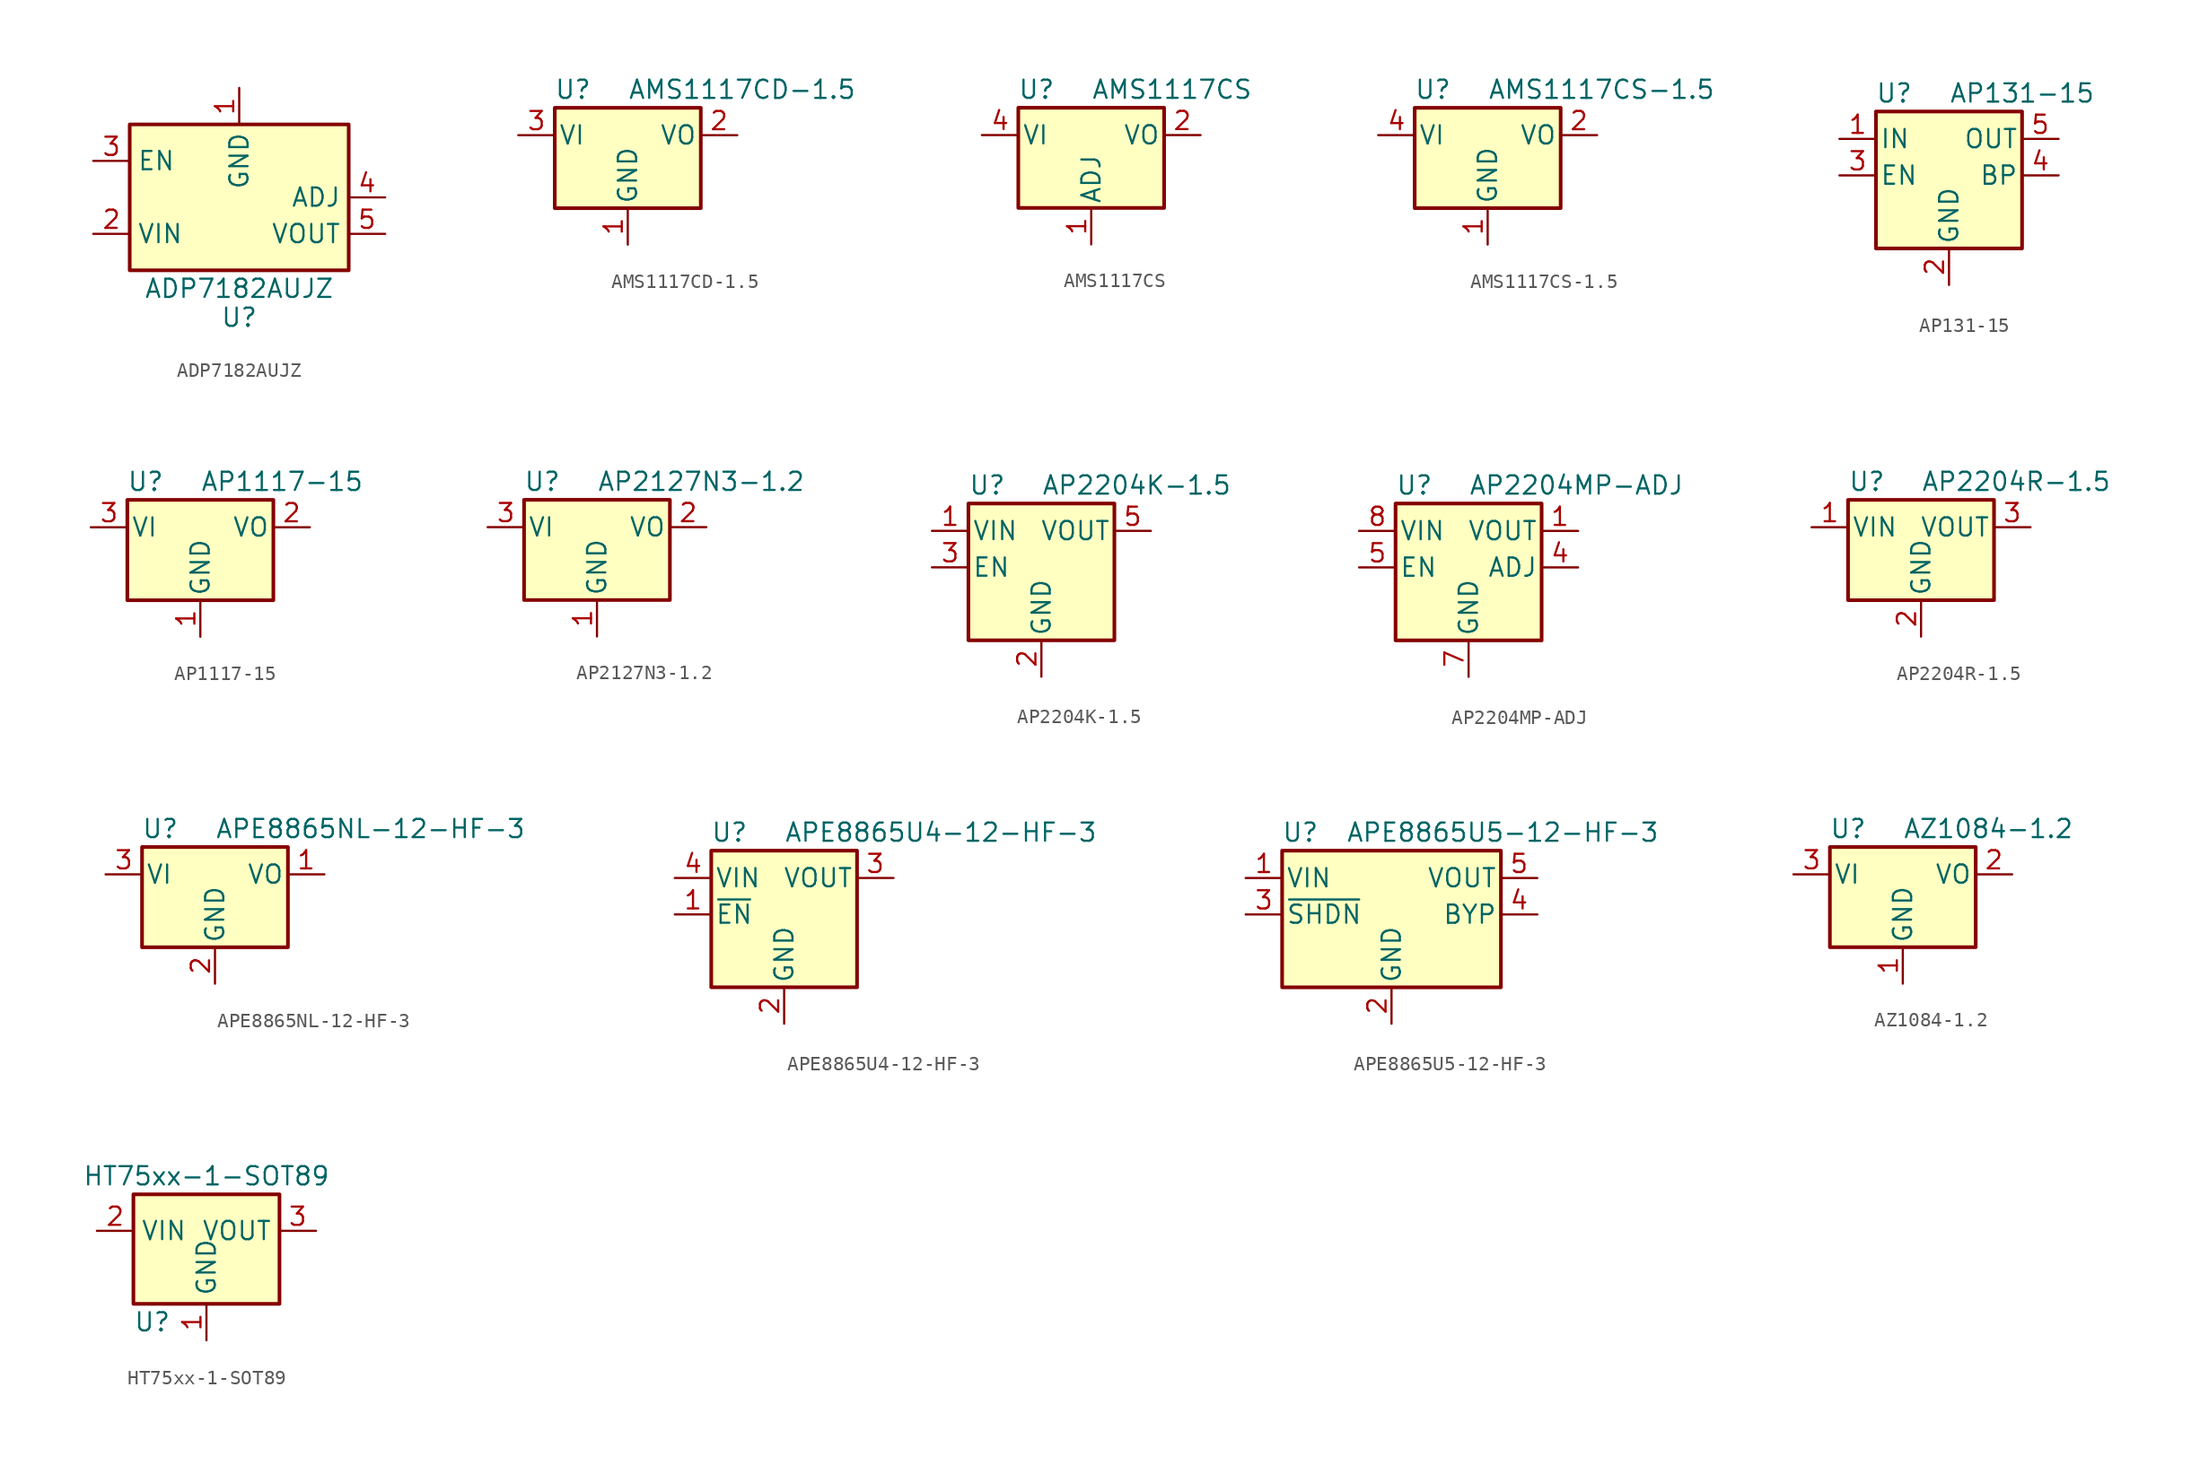
<source format=kicad_sym>
(kicad_symbol_lib
  (version 20211014)
  (generator kicad_symbol_editor)
  (symbol "ADP7182AUJZ"
    (property "Reference" "U"
      (at 0 -7.62 0)
      (effects (font (size 1.27 1.27)) (justify top)))
    (property "Value" "ADP7182AUJZ"
      (at 0 -6.35 0)
      (effects (font (size 1.27 1.27))))
    (symbol "ADP7182AUJZ_0_1"
      (rectangle (start -7.62 5.08) (end 7.62 -5.08) (stroke (width 0.254) (type default) (color 0 0 0 0)) (fill (type background))))
    (symbol "ADP7182AUJZ_1_1"
      (pin power_in line (at 0 7.62 270) (length 2.54) (name "GND" (effects (font (size 1.27 1.27)))) (number "1" (effects (font (size 1.27 1.27)))))
      (pin power_in line (at -10.16 -2.54 0) (length 2.54) (name "VIN" (effects (font (size 1.27 1.27)))) (number "2" (effects (font (size 1.27 1.27)))))
      (pin input line (at -10.16 2.54 0) (length 2.54) (name "EN" (effects (font (size 1.27 1.27)))) (number "3" (effects (font (size 1.27 1.27)))))
      (pin input line (at 10.16 0 180) (length 2.54) (name "ADJ" (effects (font (size 1.27 1.27)))) (number "4" (effects (font (size 1.27 1.27)))))
      (pin power_out line (at 10.16 -2.54 180) (length 2.54) (name "VOUT" (effects (font (size 1.27 1.27)))) (number "5" (effects (font (size 1.27 1.27)))))))
  (symbol "AMS1117CD-1.5"
    (pin_names
      (offset 0.254))
    (property "Reference" "U"
      (at -3.81 3.175 0)
      (effects (font (size 1.27 1.27))))
    (property "Value" "AMS1117CD-1.5"
      (at 0 3.175 0)
      (effects (font (size 1.27 1.27)) (justify left)))
    (symbol "AMS1117CD-1.5_0_1"
      (rectangle (start -5.08 -5.08) (end 5.08 1.905) (stroke (width 0.254) (type default) (color 0 0 0 0)) (fill (type background))))
    (symbol "AMS1117CD-1.5_1_1"
      (pin power_in line (at 0 -7.62 90) (length 2.54) (name "GND" (effects (font (size 1.27 1.27)))) (number "1" (effects (font (size 1.27 1.27)))))
      (pin power_out line (at 7.62 0 180) (length 2.54) (name "VO" (effects (font (size 1.27 1.27)))) (number "2" (effects (font (size 1.27 1.27)))))
      (pin power_in line (at -7.62 0 0) (length 2.54) (name "VI" (effects (font (size 1.27 1.27)))) (number "3" (effects (font (size 1.27 1.27)))))))
  (symbol "AMS1117CS"
    (pin_names
      (offset 0.254))
    (property "Reference" "U"
      (at -3.81 3.175 0)
      (effects (font (size 1.27 1.27))))
    (property "Value" "AMS1117CS"
      (at 0 3.175 0)
      (effects (font (size 1.27 1.27)) (justify left)))
    (symbol "AMS1117CS_0_1"
      (rectangle (start -5.08 -5.08) (end 5.08 1.905) (stroke (width 0.254) (type default) (color 0 0 0 0)) (fill (type background))))
    (symbol "AMS1117CS_1_1"
      (pin input line (at 0 -7.62 90) (length 2.54) (name "ADJ" (effects (font (size 1.27 1.27)))) (number "1" (effects (font (size 1.27 1.27)))))
      (pin power_out line (at 7.62 0 180) (length 2.54) (name "VO" (effects (font (size 1.27 1.27)))) (number "2" (effects (font (size 1.27 1.27)))))
      (pin passive line (at 7.62 0 180) (length 2.54) hide (name "VO" (effects (font (size 1.27 1.27)))) (number "3" (effects (font (size 1.27 1.27)))))
      (pin power_in line (at -7.62 0 0) (length 2.54) (name "VI" (effects (font (size 1.27 1.27)))) (number "4" (effects (font (size 1.27 1.27)))))
      (pin no_connect line (at -2.54 -2.54 180) (length 2.54) hide (name "NC" (effects (font (size 1.27 1.27)))) (number "5" (effects (font (size 1.27 1.27)))))
      (pin passive line (at 7.62 0 180) (length 2.54) hide (name "VO" (effects (font (size 1.27 1.27)))) (number "6" (effects (font (size 1.27 1.27)))))
      (pin passive line (at 7.62 0 180) (length 2.54) hide (name "VO" (effects (font (size 1.27 1.27)))) (number "7" (effects (font (size 1.27 1.27)))))
      (pin no_connect line (at 2.54 -2.54 0) (length 2.54) hide (name "NC" (effects (font (size 1.27 1.27)))) (number "8" (effects (font (size 1.27 1.27)))))))
  (symbol "AMS1117CS-1.5"
    (pin_names
      (offset 0.254))
    (property "Reference" "U"
      (at -3.81 3.175 0)
      (effects (font (size 1.27 1.27))))
    (property "Value" "AMS1117CS-1.5"
      (at 0 3.175 0)
      (effects (font (size 1.27 1.27)) (justify left)))
    (symbol "AMS1117CS-1.5_0_1"
      (rectangle (start -5.08 -5.08) (end 5.08 1.905) (stroke (width 0.254) (type default) (color 0 0 0 0)) (fill (type background))))
    (symbol "AMS1117CS-1.5_1_1"
      (pin power_in line (at 0 -7.62 90) (length 2.54) (name "GND" (effects (font (size 1.27 1.27)))) (number "1" (effects (font (size 1.27 1.27)))))
      (pin power_out line (at 7.62 0 180) (length 2.54) (name "VO" (effects (font (size 1.27 1.27)))) (number "2" (effects (font (size 1.27 1.27)))))
      (pin passive line (at 7.62 0 180) (length 2.54) hide (name "VO" (effects (font (size 1.27 1.27)))) (number "3" (effects (font (size 1.27 1.27)))))
      (pin power_in line (at -7.62 0 0) (length 2.54) (name "VI" (effects (font (size 1.27 1.27)))) (number "4" (effects (font (size 1.27 1.27)))))
      (pin no_connect line (at -2.54 -2.54 180) (length 2.54) hide (name "NC" (effects (font (size 1.27 1.27)))) (number "5" (effects (font (size 1.27 1.27)))))
      (pin passive line (at 7.62 0 180) (length 2.54) hide (name "VO" (effects (font (size 1.27 1.27)))) (number "6" (effects (font (size 1.27 1.27)))))
      (pin passive line (at 7.62 0 180) (length 2.54) hide (name "VO" (effects (font (size 1.27 1.27)))) (number "7" (effects (font (size 1.27 1.27)))))
      (pin no_connect line (at 2.54 -2.54 0) (length 2.54) hide (name "NC" (effects (font (size 1.27 1.27)))) (number "8" (effects (font (size 1.27 1.27)))))))
  (symbol "AP131-15"
    (pin_names
      (offset 0.254))
    (property "Reference" "U"
      (at -3.81 5.715 0)
      (effects (font (size 1.27 1.27))))
    (property "Value" "AP131-15"
      (at 0 5.715 0)
      (effects (font (size 1.27 1.27)) (justify left)))
    (symbol "AP131-15_0_1"
      (rectangle (start -5.08 4.445) (end 5.08 -5.08) (stroke (width 0.254) (type default) (color 0 0 0 0)) (fill (type background))))
    (symbol "AP131-15_1_1"
      (pin power_in line (at -7.62 2.54 0) (length 2.54) (name "IN" (effects (font (size 1.27 1.27)))) (number "1" (effects (font (size 1.27 1.27)))))
      (pin power_in line (at 0 -7.62 90) (length 2.54) (name "GND" (effects (font (size 1.27 1.27)))) (number "2" (effects (font (size 1.27 1.27)))))
      (pin input line (at -7.62 0 0) (length 2.54) (name "EN" (effects (font (size 1.27 1.27)))) (number "3" (effects (font (size 1.27 1.27)))))
      (pin input line (at 7.62 0 180) (length 2.54) (name "BP" (effects (font (size 1.27 1.27)))) (number "4" (effects (font (size 1.27 1.27)))))
      (pin power_out line (at 7.62 2.54 180) (length 2.54) (name "OUT" (effects (font (size 1.27 1.27)))) (number "5" (effects (font (size 1.27 1.27)))))))
  (symbol "AP1117-15"
    (pin_names
      (offset 0.254))
    (property "Reference" "U"
      (at -3.81 3.175 0)
      (effects (font (size 1.27 1.27))))
    (property "Value" "AP1117-15"
      (at 0 3.175 0)
      (effects (font (size 1.27 1.27)) (justify left)))
    (symbol "AP1117-15_0_1"
      (rectangle (start -5.08 -5.08) (end 5.08 1.905) (stroke (width 0.254) (type default) (color 0 0 0 0)) (fill (type background))))
    (symbol "AP1117-15_1_1"
      (pin power_in line (at 0 -7.62 90) (length 2.54) (name "GND" (effects (font (size 1.27 1.27)))) (number "1" (effects (font (size 1.27 1.27)))))
      (pin power_out line (at 7.62 0 180) (length 2.54) (name "VO" (effects (font (size 1.27 1.27)))) (number "2" (effects (font (size 1.27 1.27)))))
      (pin power_in line (at -7.62 0 0) (length 2.54) (name "VI" (effects (font (size 1.27 1.27)))) (number "3" (effects (font (size 1.27 1.27)))))))
  (symbol "AP2127N3-1.2"
    (pin_names
      (offset 0.254))
    (property "Reference" "U"
      (at -3.81 3.175 0)
      (effects (font (size 1.27 1.27))))
    (property "Value" "AP2127N3-1.2"
      (at 0 3.175 0)
      (effects (font (size 1.27 1.27)) (justify left)))
    (symbol "AP2127N3-1.2_0_1"
      (rectangle (start -5.08 1.905) (end 5.08 -5.08) (stroke (width 0.254) (type default) (color 0 0 0 0)) (fill (type background))))
    (symbol "AP2127N3-1.2_1_1"
      (pin power_in line (at 0 -7.62 90) (length 2.54) (name "GND" (effects (font (size 1.27 1.27)))) (number "1" (effects (font (size 1.27 1.27)))))
      (pin power_out line (at 7.62 0 180) (length 2.54) (name "VO" (effects (font (size 1.27 1.27)))) (number "2" (effects (font (size 1.27 1.27)))))
      (pin power_in line (at -7.62 0 0) (length 2.54) (name "VI" (effects (font (size 1.27 1.27)))) (number "3" (effects (font (size 1.27 1.27)))))))
  (symbol "AP2204K-1.5"
    (pin_names
      (offset 0.254))
    (property "Reference" "U"
      (at -5.08 5.715 0)
      (effects (font (size 1.27 1.27)) (justify left)))
    (property "Value" "AP2204K-1.5"
      (at 0 5.715 0)
      (effects (font (size 1.27 1.27)) (justify left)))
    (symbol "AP2204K-1.5_0_1"
      (rectangle (start -5.08 4.445) (end 5.08 -5.08) (stroke (width 0.254) (type default) (color 0 0 0 0)) (fill (type background))))
    (symbol "AP2204K-1.5_1_1"
      (pin power_in line (at -7.62 2.54 0) (length 2.54) (name "VIN" (effects (font (size 1.27 1.27)))) (number "1" (effects (font (size 1.27 1.27)))))
      (pin power_in line (at 0 -7.62 90) (length 2.54) (name "GND" (effects (font (size 1.27 1.27)))) (number "2" (effects (font (size 1.27 1.27)))))
      (pin input line (at -7.62 0 0) (length 2.54) (name "EN" (effects (font (size 1.27 1.27)))) (number "3" (effects (font (size 1.27 1.27)))))
      (pin no_connect line (at 5.08 0 180) (length 2.54) hide (name "NC" (effects (font (size 1.27 1.27)))) (number "4" (effects (font (size 1.27 1.27)))))
      (pin power_out line (at 7.62 2.54 180) (length 2.54) (name "VOUT" (effects (font (size 1.27 1.27)))) (number "5" (effects (font (size 1.27 1.27)))))))
  (symbol "AP2204MP-ADJ"
    (pin_names
      (offset 0.254))
    (property "Reference" "U"
      (at -5.08 5.715 0)
      (effects (font (size 1.27 1.27)) (justify left)))
    (property "Value" "AP2204MP-ADJ"
      (at 0 5.715 0)
      (effects (font (size 1.27 1.27)) (justify left)))
    (symbol "AP2204MP-ADJ_0_1"
      (rectangle (start -5.08 4.445) (end 5.08 -5.08) (stroke (width 0.254) (type default) (color 0 0 0 0)) (fill (type background))))
    (symbol "AP2204MP-ADJ_1_1"
      (pin power_out line (at 7.62 2.54 180) (length 2.54) (name "VOUT" (effects (font (size 1.27 1.27)))) (number "1" (effects (font (size 1.27 1.27)))))
      (pin no_connect line (at -7.62 -2.54 0) (length 2.54) hide (name "NC" (effects (font (size 1.27 1.27)))) (number "2" (effects (font (size 1.27 1.27)))))
      (pin no_connect line (at -2.54 -7.62 90) (length 2.54) hide (name "NC" (effects (font (size 1.27 1.27)))) (number "3" (effects (font (size 1.27 1.27)))))
      (pin input line (at 7.62 0 180) (length 2.54) (name "ADJ" (effects (font (size 1.27 1.27)))) (number "4" (effects (font (size 1.27 1.27)))))
      (pin input line (at -7.62 0 0) (length 2.54) (name "EN" (effects (font (size 1.27 1.27)))) (number "5" (effects (font (size 1.27 1.27)))))
      (pin no_connect line (at 7.62 -2.54 180) (length 2.54) hide (name "NC" (effects (font (size 1.27 1.27)))) (number "6" (effects (font (size 1.27 1.27)))))
      (pin power_in line (at 0 -7.62 90) (length 2.54) (name "GND" (effects (font (size 1.27 1.27)))) (number "7" (effects (font (size 1.27 1.27)))))
      (pin power_in line (at -7.62 2.54 0) (length 2.54) (name "VIN" (effects (font (size 1.27 1.27)))) (number "8" (effects (font (size 1.27 1.27)))))
      (pin passive line (at 0 -7.62 90) (length 2.54) hide (name "GND" (effects (font (size 1.27 1.27)))) (number "9" (effects (font (size 1.27 1.27)))))))
  (symbol "AP2204R-1.5"
    (pin_names
      (offset 0.254))
    (property "Reference" "U"
      (at -5.08 3.175 0)
      (effects (font (size 1.27 1.27)) (justify left)))
    (property "Value" "AP2204R-1.5"
      (at 0 3.175 0)
      (effects (font (size 1.27 1.27)) (justify left)))
    (symbol "AP2204R-1.5_0_1"
      (rectangle (start -5.08 1.905) (end 5.08 -5.08) (stroke (width 0.254) (type default) (color 0 0 0 0)) (fill (type background))))
    (symbol "AP2204R-1.5_1_1"
      (pin power_in line (at -7.62 0 0) (length 2.54) (name "VIN" (effects (font (size 1.27 1.27)))) (number "1" (effects (font (size 1.27 1.27)))))
      (pin power_in line (at 0 -7.62 90) (length 2.54) (name "GND" (effects (font (size 1.27 1.27)))) (number "2" (effects (font (size 1.27 1.27)))))
      (pin power_out line (at 7.62 0 180) (length 2.54) (name "VOUT" (effects (font (size 1.27 1.27)))) (number "3" (effects (font (size 1.27 1.27)))))))
  (symbol "APE8865NL-12-HF-3"
    (pin_names
      (offset 0.254))
    (property "Reference" "U"
      (at -3.81 3.175 0)
      (effects (font (size 1.27 1.27))))
    (property "Value" "APE8865NL-12-HF-3"
      (at 0 3.175 0)
      (effects (font (size 1.27 1.27)) (justify left)))
    (symbol "APE8865NL-12-HF-3_0_1"
      (rectangle (start -5.08 1.905) (end 5.08 -5.08) (stroke (width 0.254) (type default) (color 0 0 0 0)) (fill (type background))))
    (symbol "APE8865NL-12-HF-3_1_1"
      (pin power_out line (at 7.62 0 180) (length 2.54) (name "VO" (effects (font (size 1.27 1.27)))) (number "1" (effects (font (size 1.27 1.27)))))
      (pin power_in line (at 0 -7.62 90) (length 2.54) (name "GND" (effects (font (size 1.27 1.27)))) (number "2" (effects (font (size 1.27 1.27)))))
      (pin power_in line (at -7.62 0 0) (length 2.54) (name "VI" (effects (font (size 1.27 1.27)))) (number "3" (effects (font (size 1.27 1.27)))))))
  (symbol "APE8865U4-12-HF-3"
    (pin_names
      (offset 0.254))
    (property "Reference" "U"
      (at -3.81 5.715 0)
      (effects (font (size 1.27 1.27))))
    (property "Value" "APE8865U4-12-HF-3"
      (at 0 5.715 0)
      (effects (font (size 1.27 1.27)) (justify left)))
    (symbol "APE8865U4-12-HF-3_0_1"
      (rectangle (start -5.08 4.445) (end 5.08 -5.08) (stroke (width 0.254) (type default) (color 0 0 0 0)) (fill (type background))))
    (symbol "APE8865U4-12-HF-3_1_1"
      (pin input line (at -7.62 0 0) (length 2.54) (name "~{EN}" (effects (font (size 1.27 1.27)))) (number "1" (effects (font (size 1.27 1.27)))))
      (pin power_in line (at 0 -7.62 90) (length 2.54) (name "GND" (effects (font (size 1.27 1.27)))) (number "2" (effects (font (size 1.27 1.27)))))
      (pin power_out line (at 7.62 2.54 180) (length 2.54) (name "VOUT" (effects (font (size 1.27 1.27)))) (number "3" (effects (font (size 1.27 1.27)))))
      (pin power_in line (at -7.62 2.54 0) (length 2.54) (name "VIN" (effects (font (size 1.27 1.27)))) (number "4" (effects (font (size 1.27 1.27)))))))
  (symbol "APE8865U5-12-HF-3"
    (pin_names
      (offset 0.254))
    (property "Reference" "U"
      (at -6.35 5.715 0)
      (effects (font (size 1.27 1.27))))
    (property "Value" "APE8865U5-12-HF-3"
      (at -3.175 5.715 0)
      (effects (font (size 1.27 1.27)) (justify left)))
    (symbol "APE8865U5-12-HF-3_0_1"
      (rectangle (start -7.62 4.445) (end 7.62 -5.08) (stroke (width 0.254) (type default) (color 0 0 0 0)) (fill (type background))))
    (symbol "APE8865U5-12-HF-3_1_1"
      (pin power_in line (at -10.16 2.54 0) (length 2.54) (name "VIN" (effects (font (size 1.27 1.27)))) (number "1" (effects (font (size 1.27 1.27)))))
      (pin power_in line (at 0 -7.62 90) (length 2.54) (name "GND" (effects (font (size 1.27 1.27)))) (number "2" (effects (font (size 1.27 1.27)))))
      (pin input line (at -10.16 0 0) (length 2.54) (name "~{SHDN}" (effects (font (size 1.27 1.27)))) (number "3" (effects (font (size 1.27 1.27)))))
      (pin input line (at 10.16 0 180) (length 2.54) (name "BYP" (effects (font (size 1.27 1.27)))) (number "4" (effects (font (size 1.27 1.27)))))
      (pin power_out line (at 10.16 2.54 180) (length 2.54) (name "VOUT" (effects (font (size 1.27 1.27)))) (number "5" (effects (font (size 1.27 1.27)))))))
  (symbol "AZ1084-1.2"
    (pin_names
      (offset 0.254))
    (property "Reference" "U"
      (at -3.81 3.175 0)
      (effects (font (size 1.27 1.27))))
    (property "Value" "AZ1084-1.2"
      (at 0 3.175 0)
      (effects (font (size 1.27 1.27)) (justify left)))
    (symbol "AZ1084-1.2_0_1"
      (rectangle (start -5.08 1.905) (end 5.08 -5.08) (stroke (width 0.254) (type default) (color 0 0 0 0)) (fill (type background))))
    (symbol "AZ1084-1.2_1_1"
      (pin power_in line (at 0 -7.62 90) (length 2.54) (name "GND" (effects (font (size 1.27 1.27)))) (number "1" (effects (font (size 1.27 1.27)))))
      (pin power_out line (at 7.62 0 180) (length 2.54) (name "VO" (effects (font (size 1.27 1.27)))) (number "2" (effects (font (size 1.27 1.27)))))
      (pin power_in line (at -7.62 0 0) (length 2.54) (name "VI" (effects (font (size 1.27 1.27)))) (number "3" (effects (font (size 1.27 1.27)))))))
  (symbol "HT75xx-1-SOT89"
    (property "Reference" "U"
      (at -5.08 -3.81 0)
      (effects (font (size 1.27 1.27)) (justify left)))
    (property "Value" "HT75xx-1-SOT89"
      (at 0 6.35 0)
      (effects (font (size 1.27 1.27))))
    (symbol "HT75xx-1-SOT89_0_1"
      (rectangle (start -5.08 5.08) (end 5.08 -2.54) (stroke (width 0.254) (type default) (color 0 0 0 0)) (fill (type background))))
    (symbol "HT75xx-1-SOT89_1_1"
      (pin power_in line (at 0 -5.08 90) (length 2.54) (name "GND" (effects (font (size 1.27 1.27)))) (number "1" (effects (font (size 1.27 1.27)))))
      (pin power_in line (at -7.62 2.54 0) (length 2.54) (name "VIN" (effects (font (size 1.27 1.27)))) (number "2" (effects (font (size 1.27 1.27)))))
      (pin power_out line (at 7.62 2.54 180) (length 2.54) (name "VOUT" (effects (font (size 1.27 1.27)))) (number "3" (effects (font (size 1.27 1.27))))))))
</source>
